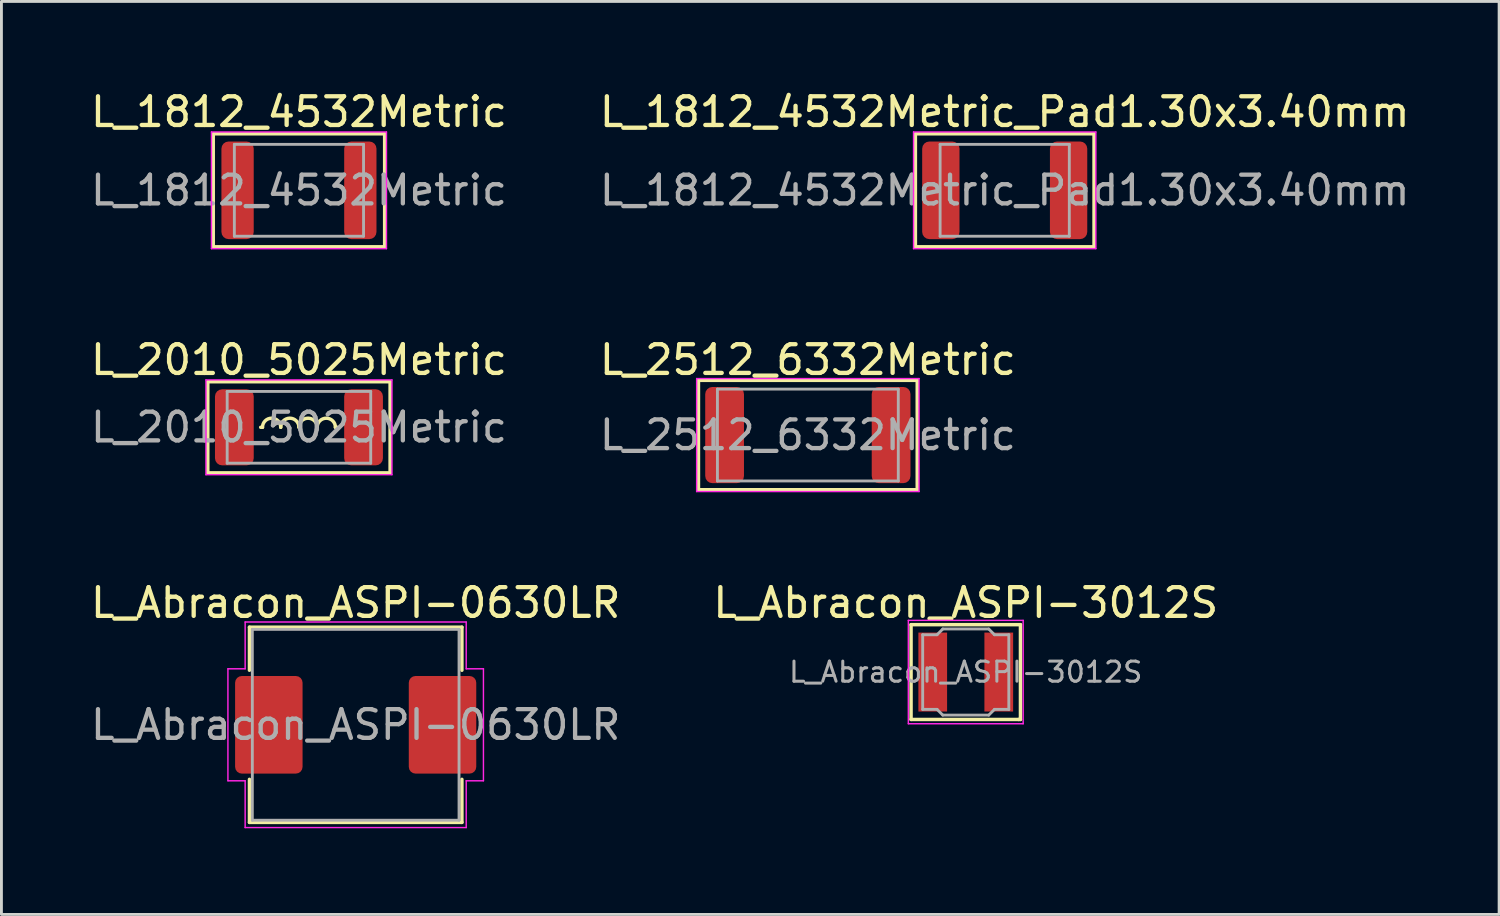
<source format=kicad_pcb>
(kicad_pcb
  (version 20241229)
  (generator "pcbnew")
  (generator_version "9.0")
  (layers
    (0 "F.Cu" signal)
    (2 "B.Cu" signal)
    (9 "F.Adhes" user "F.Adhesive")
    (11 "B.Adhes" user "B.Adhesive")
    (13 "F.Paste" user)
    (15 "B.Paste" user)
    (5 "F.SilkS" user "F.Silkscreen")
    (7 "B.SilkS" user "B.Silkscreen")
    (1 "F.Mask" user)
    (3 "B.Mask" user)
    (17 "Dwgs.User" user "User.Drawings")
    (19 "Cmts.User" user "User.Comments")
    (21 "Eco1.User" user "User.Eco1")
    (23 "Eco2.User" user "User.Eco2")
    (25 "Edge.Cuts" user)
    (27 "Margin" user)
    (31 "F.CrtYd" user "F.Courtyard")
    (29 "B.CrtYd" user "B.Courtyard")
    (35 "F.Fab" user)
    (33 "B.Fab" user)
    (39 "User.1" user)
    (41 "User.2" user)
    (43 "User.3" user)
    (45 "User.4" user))
  (footprint "L_1812_4532Metric"
    (layer "F.Cu")
    (at 7.363 3.579)
    (property "Reference" "L_1812_4532Metric" (at 0 -2.731 0) (layer "F.SilkS") (effects (font (size 1 1) (thickness 0.15))))
    (attr smd)
    (fp_line (start -2.985 -1.968) (end 2.985 -1.968) (stroke (width 0.12) (type solid)) (layer "F.SilkS"))
    (fp_line (start -2.985 1.968) (end -2.985 -1.968) (stroke (width 0.12) (type solid)) (layer "F.SilkS"))
    (fp_line (start 2.985 -1.968) (end 2.985 1.968) (stroke (width 0.12) (type solid)) (layer "F.SilkS"))
    (fp_line (start 2.985 1.968) (end -2.985 1.968) (stroke (width 0.12) (type solid)) (layer "F.SilkS"))
    (fp_line (start -3.048 -2.032) (end 3.048 -2.032) (stroke (width 0.05) (type solid)) (layer "F.CrtYd"))
    (fp_line (start -3.048 2.032) (end -3.048 -2.032) (stroke (width 0.05) (type solid)) (layer "F.CrtYd"))
    (fp_line (start 3.048 -2.032) (end 3.048 2.032) (stroke (width 0.05) (type solid)) (layer "F.CrtYd"))
    (fp_line (start 3.048 2.032) (end -3.048 2.032) (stroke (width 0.05) (type solid)) (layer "F.CrtYd"))
    (fp_line (start -2.25 -1.6) (end 2.25 -1.6) (stroke (width 0.1) (type solid)) (layer "F.Fab"))
    (fp_line (start -2.25 1.6) (end -2.25 -1.6) (stroke (width 0.1) (type solid)) (layer "F.Fab"))
    (fp_line (start 2.25 -1.6) (end 2.25 1.6) (stroke (width 0.1) (type solid)) (layer "F.Fab"))
    (fp_line (start 2.25 1.6) (end -2.25 1.6) (stroke (width 0.1) (type solid)) (layer "F.Fab"))
    (fp_text user "${REFERENCE}" (at 0 0 0) (layer "F.Fab") (effects (font (size 1 1) (thickness 0.15))))
    (pad "1" smd roundrect (at -2.138 0) (size 1.125 3.4) (layers "F.Cu" "F.Mask" "F.Paste") (roundrect_rratio 0.222))
    (pad "2" smd roundrect (at 2.138 0) (size 1.125 3.4) (layers "F.Cu" "F.Mask" "F.Paste") (roundrect_rratio 0.222)))
  (footprint "L_2512_6332Metric"
    (layer "F.Cu")
    (at 25.089 12.104)
    (property "Reference" "L_2512_6332Metric" (at 0 -2.62 0) (layer "F.SilkS") (effects (font (size 1 1) (thickness 0.15))))
    (attr smd)
    (fp_line (start -3.81 -1.905) (end 3.81 -1.905) (stroke (width 0.12) (type solid)) (layer "F.SilkS"))
    (fp_line (start -3.81 1.905) (end -3.81 -1.905) (stroke (width 0.12) (type solid)) (layer "F.SilkS"))
    (fp_line (start 3.81 -1.905) (end 3.81 1.905) (stroke (width 0.12) (type solid)) (layer "F.SilkS"))
    (fp_line (start 3.81 1.905) (end -3.81 1.905) (stroke (width 0.12) (type solid)) (layer "F.SilkS"))
    (fp_line (start -3.873 -1.968) (end 3.873 -1.968) (stroke (width 0.05) (type solid)) (layer "F.CrtYd"))
    (fp_line (start -3.873 1.968) (end -3.873 -1.968) (stroke (width 0.05) (type solid)) (layer "F.CrtYd"))
    (fp_line (start 3.873 -1.968) (end 3.873 1.968) (stroke (width 0.05) (type solid)) (layer "F.CrtYd"))
    (fp_line (start 3.873 1.968) (end -3.873 1.968) (stroke (width 0.05) (type solid)) (layer "F.CrtYd"))
    (fp_line (start -3.15 -1.6) (end 3.15 -1.6) (stroke (width 0.1) (type solid)) (layer "F.Fab"))
    (fp_line (start -3.15 1.6) (end -3.15 -1.6) (stroke (width 0.1) (type solid)) (layer "F.Fab"))
    (fp_line (start 3.15 -1.6) (end 3.15 1.6) (stroke (width 0.1) (type solid)) (layer "F.Fab"))
    (fp_line (start 3.15 1.6) (end -3.15 1.6) (stroke (width 0.1) (type solid)) (layer "F.Fab"))
    (fp_text user "${REFERENCE}" (at 0 0 0) (layer "F.Fab") (effects (font (size 1 1) (thickness 0.15))))
    (pad "1" smd roundrect (at -2.9 0) (size 1.35 3.35) (layers "F.Cu" "F.Mask" "F.Paste") (roundrect_rratio 0.185))
    (pad "2" smd roundrect (at 2.9 0) (size 1.35 3.35) (layers "F.Cu" "F.Mask" "F.Paste") (roundrect_rratio 0.185)))
  (footprint "L_1812_4532Metric_Pad1.30x3.40mm"
    (layer "F.Cu")
    (at 31.946 3.579)
    (property "Reference" "L_1812_4532Metric_Pad1.30x3.40mm" (at 0 -2.731 0) (layer "F.SilkS") (effects (font (size 1 1) (thickness 0.15))))
    (attr smd)
    (fp_line (start -3.111 -1.968) (end 3.111 -1.968) (stroke (width 0.12) (type solid)) (layer "F.SilkS"))
    (fp_line (start -3.111 1.968) (end -3.111 -1.968) (stroke (width 0.12) (type solid)) (layer "F.SilkS"))
    (fp_line (start 3.111 -1.968) (end 3.111 1.968) (stroke (width 0.12) (type solid)) (layer "F.SilkS"))
    (fp_line (start 3.111 1.968) (end -3.111 1.968) (stroke (width 0.12) (type solid)) (layer "F.SilkS"))
    (fp_line (start -3.175 -2.032) (end 3.175 -2.032) (stroke (width 0.05) (type solid)) (layer "F.CrtYd"))
    (fp_line (start -3.175 2.032) (end -3.175 -2.032) (stroke (width 0.05) (type solid)) (layer "F.CrtYd"))
    (fp_line (start 3.175 -2.032) (end 3.175 2.032) (stroke (width 0.05) (type solid)) (layer "F.CrtYd"))
    (fp_line (start 3.175 2.032) (end -3.175 2.032) (stroke (width 0.05) (type solid)) (layer "F.CrtYd"))
    (fp_line (start -2.25 -1.6) (end 2.25 -1.6) (stroke (width 0.1) (type solid)) (layer "F.Fab"))
    (fp_line (start -2.25 1.6) (end -2.25 -1.6) (stroke (width 0.1) (type solid)) (layer "F.Fab"))
    (fp_line (start 2.25 -1.6) (end 2.25 1.6) (stroke (width 0.1) (type solid)) (layer "F.Fab"))
    (fp_line (start 2.25 1.6) (end -2.25 1.6) (stroke (width 0.1) (type solid)) (layer "F.Fab"))
    (fp_text user "${REFERENCE}" (at 0 0 0) (layer "F.Fab") (effects (font (size 1 1) (thickness 0.15))))
    (pad "1" smd roundrect (at -2.225 0) (size 1.3 3.4) (layers "F.Cu" "F.Mask" "F.Paste") (roundrect_rratio 0.192))
    (pad "2" smd roundrect (at 2.225 0) (size 1.3 3.4) (layers "F.Cu" "F.Mask" "F.Paste") (roundrect_rratio 0.192)))
  (footprint "L_2010_5025Metric"
    (layer "F.Cu")
    (at 7.363 11.834)
    (property "Reference" "L_2010_5025Metric" (at 0 -2.349 0) (layer "F.SilkS") (effects (font (size 1 1) (thickness 0.15))))
    (attr smd)
    (fp_line (start -3.175 -1.587) (end 3.175 -1.587) (stroke (width 0.12) (type solid)) (layer "F.SilkS"))
    (fp_line (start -3.175 1.587) (end -3.175 -1.587) (stroke (width 0.12) (type solid)) (layer "F.SilkS"))
    (fp_line (start -1.333 0) (end -1.27 0) (stroke (width 0.12) (type solid)) (layer "F.SilkS"))
    (fp_line (start 1.333 0) (end 1.27 0) (stroke (width 0.12) (type solid)) (layer "F.SilkS"))
    (fp_line (start 3.175 -1.587) (end 3.175 1.587) (stroke (width 0.12) (type solid)) (layer "F.SilkS"))
    (fp_line (start 3.175 1.587) (end -3.175 1.587) (stroke (width 0.12) (type solid)) (layer "F.SilkS"))
    (fp_arc (start -1.27 0) (mid -0.9525 -0.3175) (end -0.635 0) (stroke (width 0.12) (type solid)) (layer "F.SilkS"))
    (fp_arc (start -0.635 0) (mid -0.3175 -0.3175) (end 0 0) (stroke (width 0.12) (type solid)) (layer "F.SilkS"))
    (fp_arc (start 0 0) (mid 0.3175 -0.3175) (end 0.635 0) (stroke (width 0.12) (type solid)) (layer "F.SilkS"))
    (fp_arc (start 0.635 0) (mid 0.9525 -0.3175) (end 1.27 0) (stroke (width 0.12) (type solid)) (layer "F.SilkS"))
    (fp_line (start -3.239 -1.651) (end 3.239 -1.651) (stroke (width 0.05) (type solid)) (layer "F.CrtYd"))
    (fp_line (start -3.239 1.651) (end -3.239 -1.651) (stroke (width 0.05) (type solid)) (layer "F.CrtYd"))
    (fp_line (start 3.239 -1.651) (end 3.239 1.651) (stroke (width 0.05) (type solid)) (layer "F.CrtYd"))
    (fp_line (start 3.239 1.651) (end -3.239 1.651) (stroke (width 0.05) (type solid)) (layer "F.CrtYd"))
    (fp_line (start -2.5 -1.25) (end 2.5 -1.25) (stroke (width 0.1) (type solid)) (layer "F.Fab"))
    (fp_line (start -2.5 1.25) (end -2.5 -1.25) (stroke (width 0.1) (type solid)) (layer "F.Fab"))
    (fp_line (start 2.5 -1.25) (end 2.5 1.25) (stroke (width 0.1) (type solid)) (layer "F.Fab"))
    (fp_line (start 2.5 1.25) (end -2.5 1.25) (stroke (width 0.1) (type solid)) (layer "F.Fab"))
    (fp_text user "${REFERENCE}" (at 0 0 0) (layer "F.Fab") (effects (font (size 1 1) (thickness 0.15))))
    (pad "1" smd roundrect (at -2.25 0) (size 1.35 2.65) (layers "F.Cu" "F.Mask" "F.Paste") (roundrect_rratio 0.185))
    (pad "2" smd roundrect (at 2.25 0) (size 1.35 2.65) (layers "F.Cu" "F.Mask" "F.Paste") (roundrect_rratio 0.185)))
  (footprint "L_Abracon_ASPI-3012S"
    (layer "F.Cu")
    (at 30.589 20.359)
    (property "Reference" "L_Abracon_ASPI-3012S" (at 0 -2.413 0) (layer "F.SilkS") (effects (font (size 1 1) (thickness 0.15))))
    (attr smd)
    (fp_line (start -1.905 -1.651) (end -1.905 1.651) (stroke (width 0.12) (type solid)) (layer "F.SilkS"))
    (fp_line (start -1.905 1.651) (end 1.841 1.651) (stroke (width 0.12) (type solid)) (layer "F.SilkS"))
    (fp_line (start 1.841 1.651) (end 1.905 1.651) (stroke (width 0.12) (type solid)) (layer "F.SilkS"))
    (fp_line (start 1.905 -1.651) (end -1.905 -1.651) (stroke (width 0.12) (type solid)) (layer "F.SilkS"))
    (fp_line (start 1.905 1.651) (end 1.905 -1.651) (stroke (width 0.12) (type solid)) (layer "F.SilkS"))
    (fp_line (start -2 -1.8) (end -2 1.8) (stroke (width 0.05) (type solid)) (layer "F.CrtYd"))
    (fp_line (start -2 1.8) (end 2 1.8) (stroke (width 0.05) (type solid)) (layer "F.CrtYd"))
    (fp_line (start 2 -1.8) (end -2 -1.8) (stroke (width 0.05) (type solid)) (layer "F.CrtYd"))
    (fp_line (start 2 1.8) (end 2 -1.8) (stroke (width 0.05) (type solid)) (layer "F.CrtYd"))
    (fp_line (start -1.5 -1.3) (end -1.5 1.3) (stroke (width 0.1) (type solid)) (layer "F.Fab"))
    (fp_line (start -1.5 1.3) (end -1 1.3) (stroke (width 0.1) (type solid)) (layer "F.Fab"))
    (fp_line (start -1 -1.3) (end -1.5 -1.3) (stroke (width 0.1) (type solid)) (layer "F.Fab"))
    (fp_line (start -1 1.3) (end -0.8 1.5) (stroke (width 0.1) (type solid)) (layer "F.Fab"))
    (fp_line (start -0.8 -1.5) (end -1 -1.3) (stroke (width 0.1) (type solid)) (layer "F.Fab"))
    (fp_line (start -0.8 1.5) (end 0.8 1.5) (stroke (width 0.1) (type solid)) (layer "F.Fab"))
    (fp_line (start 0.8 -1.5) (end -0.8 -1.5) (stroke (width 0.1) (type solid)) (layer "F.Fab"))
    (fp_line (start 0.8 1.5) (end 1 1.3) (stroke (width 0.1) (type solid)) (layer "F.Fab"))
    (fp_line (start 1 -1.3) (end 0.8 -1.5) (stroke (width 0.1) (type solid)) (layer "F.Fab"))
    (fp_line (start 1 1.3) (end 1.5 1.3) (stroke (width 0.1) (type solid)) (layer "F.Fab"))
    (fp_line (start 1.5 -1.3) (end 1 -1.3) (stroke (width 0.1) (type solid)) (layer "F.Fab"))
    (fp_line (start 1.5 1.3) (end 1.5 -1.3) (stroke (width 0.1) (type solid)) (layer "F.Fab"))
    (fp_text user "${REFERENCE}" (at 0 0 0) (layer "F.Fab") (effects (font (size 0.7 0.7) (thickness 0.105))))
    (pad "1" smd rect (at -1.15 0) (size 1 2.75) (layers "F.Cu" "F.Mask" "F.Paste"))
    (pad "2" smd rect (at 1.15 0) (size 1 2.75) (layers "F.Cu" "F.Mask" "F.Paste")))
  (footprint "L_Abracon_ASPI-0630LR"
    (layer "F.Cu")
    (at 9.339 22.196)
    (property "Reference" "L_Abracon_ASPI-0630LR" (at 0 -4.25 0) (layer "F.SilkS") (effects (font (size 1 1) (thickness 0.15))))
    (attr smd)
    (fp_line (start -3.7 -3.4) (end -3.7 -1.9) (stroke (width 0.12) (type solid)) (layer "F.SilkS"))
    (fp_line (start -3.7 3.4) (end -3.7 1.9) (stroke (width 0.12) (type solid)) (layer "F.SilkS"))
    (fp_line (start -3.7 3.4) (end 3.7 3.4) (stroke (width 0.12) (type solid)) (layer "F.SilkS"))
    (fp_line (start 3.7 -3.4) (end -3.7 -3.4) (stroke (width 0.12) (type solid)) (layer "F.SilkS"))
    (fp_line (start 3.7 -3.4) (end 3.7 -1.9) (stroke (width 0.12) (type solid)) (layer "F.SilkS"))
    (fp_line (start 3.7 3.4) (end 3.7 1.9) (stroke (width 0.12) (type solid)) (layer "F.SilkS"))
    (fp_line (start -4.45 -1.95) (end -4.45 1.95) (stroke (width 0.05) (type solid)) (layer "F.CrtYd"))
    (fp_line (start -4.45 1.95) (end -3.85 1.95) (stroke (width 0.05) (type solid)) (layer "F.CrtYd"))
    (fp_line (start -3.85 -3.58) (end -3.85 -1.95) (stroke (width 0.05) (type solid)) (layer "F.CrtYd"))
    (fp_line (start -3.85 -1.95) (end -4.45 -1.95) (stroke (width 0.05) (type solid)) (layer "F.CrtYd"))
    (fp_line (start -3.85 1.95) (end -3.85 3.58) (stroke (width 0.05) (type solid)) (layer "F.CrtYd"))
    (fp_line (start -3.85 3.58) (end 3.85 3.58) (stroke (width 0.05) (type solid)) (layer "F.CrtYd"))
    (fp_line (start 3.85 -3.58) (end -3.85 -3.58) (stroke (width 0.05) (type solid)) (layer "F.CrtYd"))
    (fp_line (start 3.85 -1.95) (end 3.85 -3.58) (stroke (width 0.05) (type solid)) (layer "F.CrtYd"))
    (fp_line (start 3.85 1.95) (end 4.45 1.95) (stroke (width 0.05) (type solid)) (layer "F.CrtYd"))
    (fp_line (start 3.85 3.58) (end 3.85 1.95) (stroke (width 0.05) (type solid)) (layer "F.CrtYd"))
    (fp_line (start 4.45 -1.95) (end 3.85 -1.95) (stroke (width 0.05) (type solid)) (layer "F.CrtYd"))
    (fp_line (start 4.45 1.95) (end 4.45 -1.95) (stroke (width 0.05) (type solid)) (layer "F.CrtYd"))
    (fp_line (start -3.6 -3.325) (end 3.6 -3.325) (stroke (width 0.1) (type solid)) (layer "F.Fab"))
    (fp_line (start -3.6 3.325) (end -3.6 -3.325) (stroke (width 0.1) (type solid)) (layer "F.Fab"))
    (fp_line (start 3.6 -3.325) (end 3.6 3.325) (stroke (width 0.1) (type solid)) (layer "F.Fab"))
    (fp_line (start 3.6 3.325) (end -3.6 3.325) (stroke (width 0.1) (type solid)) (layer "F.Fab"))
    (fp_text user "${REFERENCE}" (at 0 0 0) (layer "F.Fab") (effects (font (size 1 1) (thickness 0.15))))
    (pad "1" smd roundrect (at -3.025 0) (size 2.35 3.4) (layers "F.Cu" "F.Mask" "F.Paste") (roundrect_rratio 0.1))
    (pad "2" smd roundrect (at 3.025 0) (size 2.35 3.4) (layers "F.Cu" "F.Mask" "F.Paste") (roundrect_rratio 0.1)))
  (gr_rect
    (start -3 -3)
    (end 49.167 28.801)
    (stroke (width 0.1) (type default))
    (fill no)
    (layer "Edge.Cuts")))
</source>
